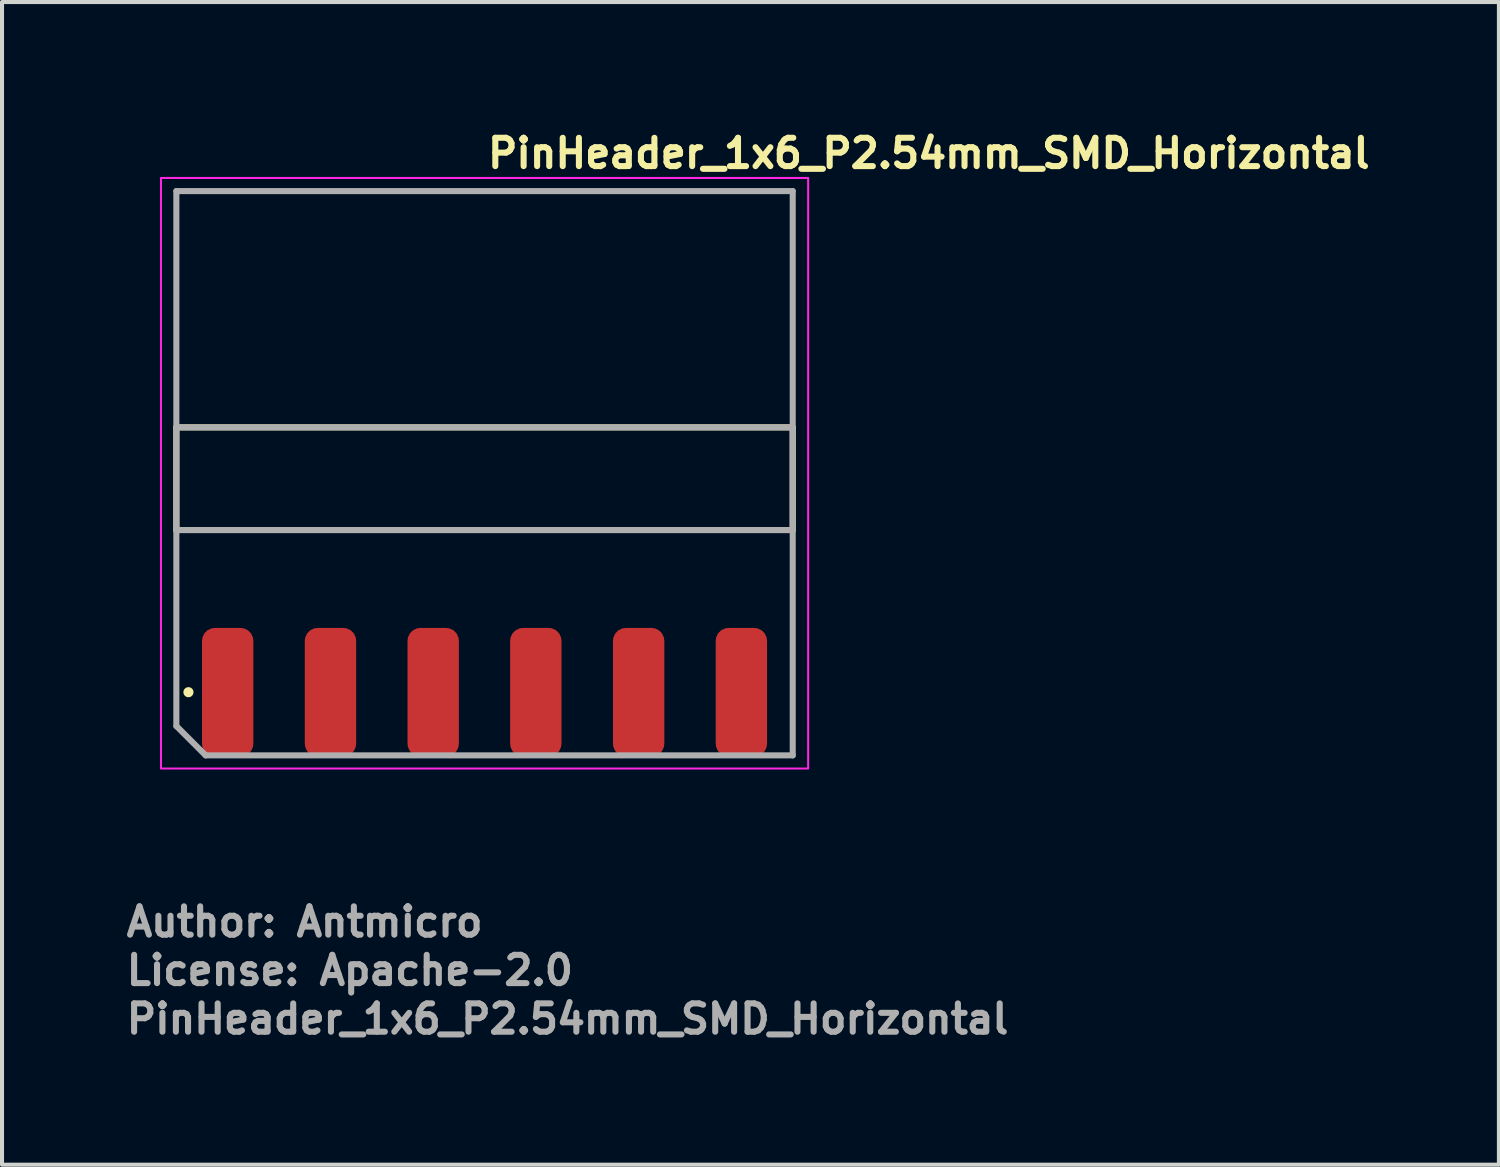
<source format=kicad_pcb>
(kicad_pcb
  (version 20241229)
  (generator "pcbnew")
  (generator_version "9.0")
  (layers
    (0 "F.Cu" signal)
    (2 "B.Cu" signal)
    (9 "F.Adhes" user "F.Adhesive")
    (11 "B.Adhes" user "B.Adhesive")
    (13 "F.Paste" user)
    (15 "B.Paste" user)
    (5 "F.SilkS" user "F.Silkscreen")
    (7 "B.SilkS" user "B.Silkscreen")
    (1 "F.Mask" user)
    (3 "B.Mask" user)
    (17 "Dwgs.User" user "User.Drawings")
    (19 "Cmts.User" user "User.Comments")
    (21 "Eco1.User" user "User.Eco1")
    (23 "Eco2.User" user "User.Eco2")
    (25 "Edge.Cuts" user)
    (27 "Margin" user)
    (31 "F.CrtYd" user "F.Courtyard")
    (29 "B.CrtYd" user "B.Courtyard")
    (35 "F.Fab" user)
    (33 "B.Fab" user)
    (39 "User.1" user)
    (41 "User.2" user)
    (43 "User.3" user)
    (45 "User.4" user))
  (footprint "PinHeader_1x6_P2.54mm_SMD_Horizontal"
    (layer "F.Cu")
    (at 8.93 8.15)
    (property "Reference" "PinHeader_1x6_P2.54mm_SMD_Horizontal" (at 0 -7 0) (layer "F.SilkS") (effects (font (size 0.7 0.7) (thickness 0.15)) (justify left bottom)))
    (attr smd)
    (fp_line (start -7.62 1.904) (end -7.62 -0.635) (stroke (width 0.15) (type solid)) (layer "F.SilkS"))
    (fp_line (start 7.618 -0.635) (end -7.62 -0.635) (stroke (width 0.15) (type solid)) (layer "F.SilkS"))
    (fp_line (start 7.618 -0.635) (end 7.618 1.904) (stroke (width 0.15) (type solid)) (layer "F.SilkS"))
    (fp_line (start 7.618 1.904) (end -7.62 1.904) (stroke (width 0.15) (type solid)) (layer "F.SilkS"))
    (fp_circle (center -7.321 5.913) (end -7.271 5.913) (stroke (width 0.15) (type solid)) (fill yes) (layer "F.SilkS"))
    (fp_rect (start -8 -6.8) (end 8 7.8) (stroke (width 0.05) (type solid)) (fill no) (layer "F.CrtYd"))
    (fp_line (start -7.62 -6.476) (end 7.618 -6.476) (stroke (width 0.15) (type solid)) (layer "F.Fab"))
    (fp_line (start -7.62 -0.635) (end 7.618 -0.635) (stroke (width 0.15) (type solid)) (layer "F.Fab"))
    (fp_line (start -7.62 1.904) (end -7.62 -6.476) (stroke (width 0.15) (type solid)) (layer "F.Fab"))
    (fp_line (start -7.62 1.904) (end -7.62 6.75) (stroke (width 0.15) (type solid)) (layer "F.Fab"))
    (fp_line (start -7.62 6.75) (end -6.895 7.475) (stroke (width 0.15) (type solid)) (layer "F.Fab"))
    (fp_line (start -6.895 7.475) (end 7.618 7.475) (stroke (width 0.15) (type solid)) (layer "F.Fab"))
    (fp_line (start 7.618 -6.476) (end 7.618 1.904) (stroke (width 0.15) (type solid)) (layer "F.Fab"))
    (fp_line (start 7.618 1.904) (end -7.62 1.904) (stroke (width 0.15) (type solid)) (layer "F.Fab"))
    (fp_line (start 7.618 7.475) (end 7.618 1.904) (stroke (width 0.15) (type solid)) (layer "F.Fab"))
    (fp_rect (start -7.62 -6.478) (end 7.618 7.477) (stroke (width 0.1) (type solid)) (fill no) (layer "User.5"))
    (fp_line (start -7.62 -0.635) (end -7.62 1.904) (stroke (width 0.02) (type solid)) (layer "User.9"))
    (fp_line (start -7.62 -0.635) (end -5.462 -0.635) (stroke (width 0.02) (type solid)) (layer "User.9"))
    (fp_line (start -7.62 1.904) (end -5.462 1.904) (stroke (width 0.02) (type solid)) (layer "User.9"))
    (fp_line (start -6.669 -5.97) (end -6.034 -5.97) (stroke (width 0.02) (type solid)) (layer "User.9"))
    (fp_line (start -6.669 -0.635) (end -6.669 -5.97) (stroke (width 0.02) (type solid)) (layer "User.9"))
    (fp_line (start -6.669 2.194) (end -6.669 1.904) (stroke (width 0.02) (type solid)) (layer "User.9"))
    (fp_line (start -6.669 3.092) (end -6.669 2.194) (stroke (width 0.02) (type solid)) (layer "User.9"))
    (fp_line (start -6.669 3.995) (end -6.669 3.092) (stroke (width 0.02) (type solid)) (layer "User.9"))
    (fp_line (start -6.669 3.995) (end -6.669 4.445) (stroke (width 0.02) (type solid)) (layer "User.9"))
    (fp_line (start -6.669 5.967) (end -6.669 4.445) (stroke (width 0.02) (type solid)) (layer "User.9"))
    (fp_line (start -6.669 5.967) (end -6.034 5.967) (stroke (width 0.02) (type solid)) (layer "User.9"))
    (fp_line (start -6.484 -6.478) (end -6.669 -5.97) (stroke (width 0.02) (type solid)) (layer "User.9"))
    (fp_line (start -6.484 6.477) (end -6.669 5.967) (stroke (width 0.02) (type solid)) (layer "User.9"))
    (fp_line (start -6.484 6.477) (end -6.218 6.477) (stroke (width 0.02) (type solid)) (layer "User.9"))
    (fp_line (start -6.218 -6.478) (end -6.484 -6.478) (stroke (width 0.02) (type solid)) (layer "User.9"))
    (fp_line (start -6.218 -6.478) (end -6.034 -5.97) (stroke (width 0.02) (type solid)) (layer "User.9"))
    (fp_line (start -6.218 6.477) (end -6.034 5.967) (stroke (width 0.02) (type solid)) (layer "User.9"))
    (fp_line (start -6.034 -0.635) (end -6.034 -5.97) (stroke (width 0.02) (type solid)) (layer "User.9"))
    (fp_line (start -6.034 2.194) (end -6.034 1.904) (stroke (width 0.02) (type solid)) (layer "User.9"))
    (fp_line (start -6.034 3.092) (end -6.034 2.194) (stroke (width 0.02) (type solid)) (layer "User.9"))
    (fp_line (start -6.034 3.995) (end -6.034 3.092) (stroke (width 0.02) (type solid)) (layer "User.9"))
    (fp_line (start -6.034 3.995) (end -6.034 4.445) (stroke (width 0.02) (type solid)) (layer "User.9"))
    (fp_line (start -6.034 5.967) (end -6.034 4.445) (stroke (width 0.02) (type solid)) (layer "User.9"))
    (fp_line (start -5.462 -0.635) (end -5.462 1.904) (stroke (width 0.02) (type solid)) (layer "User.9"))
    (fp_line (start -5.462 1.777) (end -4.699 1.777) (stroke (width 0.02) (type solid)) (layer "User.9"))
    (fp_line (start -4.699 -0.635) (end -2.922 -0.635) (stroke (width 0.02) (type solid)) (layer "User.9"))
    (fp_line (start -4.699 -0.508) (end -5.462 -0.508) (stroke (width 0.02) (type solid)) (layer "User.9"))
    (fp_line (start -4.699 1.904) (end -4.699 -0.635) (stroke (width 0.02) (type solid)) (layer "User.9"))
    (fp_line (start -4.699 1.904) (end -2.922 1.904) (stroke (width 0.02) (type solid)) (layer "User.9"))
    (fp_line (start -4.129 -5.97) (end -4.129 -0.635) (stroke (width 0.02) (type solid)) (layer "User.9"))
    (fp_line (start -4.129 -5.97) (end -3.493 -5.97) (stroke (width 0.02) (type solid)) (layer "User.9"))
    (fp_line (start -4.129 1.904) (end -4.129 2.194) (stroke (width 0.02) (type solid)) (layer "User.9"))
    (fp_line (start -4.129 2.194) (end -4.129 3.092) (stroke (width 0.02) (type solid)) (layer "User.9"))
    (fp_line (start -4.129 3.092) (end -4.129 3.995) (stroke (width 0.02) (type solid)) (layer "User.9"))
    (fp_line (start -4.129 4.445) (end -4.129 3.995) (stroke (width 0.02) (type solid)) (layer "User.9"))
    (fp_line (start -4.129 4.445) (end -4.129 5.967) (stroke (width 0.02) (type solid)) (layer "User.9"))
    (fp_line (start -4.129 5.967) (end -3.493 5.967) (stroke (width 0.02) (type solid)) (layer "User.9"))
    (fp_line (start -3.943 -6.478) (end -4.129 -5.97) (stroke (width 0.02) (type solid)) (layer "User.9"))
    (fp_line (start -3.943 6.477) (end -4.129 5.967) (stroke (width 0.02) (type solid)) (layer "User.9"))
    (fp_line (start -3.943 6.477) (end -3.678 6.477) (stroke (width 0.02) (type solid)) (layer "User.9"))
    (fp_line (start -3.678 -6.478) (end -3.943 -6.478) (stroke (width 0.02) (type solid)) (layer "User.9"))
    (fp_line (start -3.678 -6.478) (end -3.493 -5.97) (stroke (width 0.02) (type solid)) (layer "User.9"))
    (fp_line (start -3.678 6.477) (end -3.493 5.967) (stroke (width 0.02) (type solid)) (layer "User.9"))
    (fp_line (start -3.493 -0.635) (end -3.493 -5.97) (stroke (width 0.02) (type solid)) (layer "User.9"))
    (fp_line (start -3.493 2.194) (end -3.493 1.904) (stroke (width 0.02) (type solid)) (layer "User.9"))
    (fp_line (start -3.493 3.092) (end -3.493 2.194) (stroke (width 0.02) (type solid)) (layer "User.9"))
    (fp_line (start -3.493 3.995) (end -3.493 3.092) (stroke (width 0.02) (type solid)) (layer "User.9"))
    (fp_line (start -3.493 3.995) (end -3.493 4.445) (stroke (width 0.02) (type solid)) (layer "User.9"))
    (fp_line (start -3.493 5.967) (end -3.493 4.445) (stroke (width 0.02) (type solid)) (layer "User.9"))
    (fp_line (start -2.922 -0.635) (end -2.922 1.904) (stroke (width 0.02) (type solid)) (layer "User.9"))
    (fp_line (start -2.922 1.777) (end -2.16 1.777) (stroke (width 0.02) (type solid)) (layer "User.9"))
    (fp_line (start -2.16 -0.635) (end -0.381 -0.635) (stroke (width 0.02) (type solid)) (layer "User.9"))
    (fp_line (start -2.16 -0.508) (end -2.922 -0.508) (stroke (width 0.02) (type solid)) (layer "User.9"))
    (fp_line (start -2.16 1.904) (end -2.16 -0.635) (stroke (width 0.02) (type solid)) (layer "User.9"))
    (fp_line (start -2.16 1.904) (end -0.381 1.904) (stroke (width 0.02) (type solid)) (layer "User.9"))
    (fp_line (start -1.589 -5.97) (end -1.589 -0.635) (stroke (width 0.02) (type solid)) (layer "User.9"))
    (fp_line (start -1.589 -5.97) (end -0.954 -5.97) (stroke (width 0.02) (type solid)) (layer "User.9"))
    (fp_line (start -1.589 1.904) (end -1.589 2.194) (stroke (width 0.02) (type solid)) (layer "User.9"))
    (fp_line (start -1.589 2.194) (end -1.589 3.092) (stroke (width 0.02) (type solid)) (layer "User.9"))
    (fp_line (start -1.589 3.092) (end -1.589 3.995) (stroke (width 0.02) (type solid)) (layer "User.9"))
    (fp_line (start -1.589 4.445) (end -1.589 3.995) (stroke (width 0.02) (type solid)) (layer "User.9"))
    (fp_line (start -1.589 4.445) (end -1.589 5.967) (stroke (width 0.02) (type solid)) (layer "User.9"))
    (fp_line (start -1.589 5.967) (end -0.954 5.967) (stroke (width 0.02) (type solid)) (layer "User.9"))
    (fp_line (start -1.403 -6.478) (end -1.589 -5.97) (stroke (width 0.02) (type solid)) (layer "User.9"))
    (fp_line (start -1.403 6.477) (end -1.589 5.967) (stroke (width 0.02) (type solid)) (layer "User.9"))
    (fp_line (start -1.403 6.477) (end -1.139 6.477) (stroke (width 0.02) (type solid)) (layer "User.9"))
    (fp_line (start -1.139 -6.478) (end -1.403 -6.478) (stroke (width 0.02) (type solid)) (layer "User.9"))
    (fp_line (start -1.139 -6.478) (end -0.954 -5.97) (stroke (width 0.02) (type solid)) (layer "User.9"))
    (fp_line (start -1.139 6.477) (end -0.954 5.967) (stroke (width 0.02) (type solid)) (layer "User.9"))
    (fp_line (start -0.954 -0.635) (end -0.954 -5.97) (stroke (width 0.02) (type solid)) (layer "User.9"))
    (fp_line (start -0.954 2.194) (end -0.954 1.904) (stroke (width 0.02) (type solid)) (layer "User.9"))
    (fp_line (start -0.954 3.092) (end -0.954 2.194) (stroke (width 0.02) (type solid)) (layer "User.9"))
    (fp_line (start -0.954 3.995) (end -0.954 3.092) (stroke (width 0.02) (type solid)) (layer "User.9"))
    (fp_line (start -0.954 3.995) (end -0.954 4.445) (stroke (width 0.02) (type solid)) (layer "User.9"))
    (fp_line (start -0.954 5.967) (end -0.954 4.445) (stroke (width 0.02) (type solid)) (layer "User.9"))
    (fp_line (start -0.381 -0.635) (end -0.381 1.904) (stroke (width 0.02) (type solid)) (layer "User.9"))
    (fp_line (start -0.381 1.777) (end 0.379 1.777) (stroke (width 0.02) (type solid)) (layer "User.9"))
    (fp_line (start 0.379 -0.635) (end 2.157 -0.635) (stroke (width 0.02) (type solid)) (layer "User.9"))
    (fp_line (start 0.379 -0.508) (end -0.381 -0.508) (stroke (width 0.02) (type solid)) (layer "User.9"))
    (fp_line (start 0.379 1.904) (end 0.379 -0.635) (stroke (width 0.02) (type solid)) (layer "User.9"))
    (fp_line (start 0.379 1.904) (end 2.157 1.904) (stroke (width 0.02) (type solid)) (layer "User.9"))
    (fp_line (start 0.952 -5.97) (end 0.952 -0.635) (stroke (width 0.02) (type solid)) (layer "User.9"))
    (fp_line (start 0.952 -5.97) (end 1.586 -5.97) (stroke (width 0.02) (type solid)) (layer "User.9"))
    (fp_line (start 0.952 1.904) (end 0.952 2.194) (stroke (width 0.02) (type solid)) (layer "User.9"))
    (fp_line (start 0.952 2.194) (end 0.952 3.092) (stroke (width 0.02) (type solid)) (layer "User.9"))
    (fp_line (start 0.952 3.092) (end 0.952 3.995) (stroke (width 0.02) (type solid)) (layer "User.9"))
    (fp_line (start 0.952 4.445) (end 0.952 3.995) (stroke (width 0.02) (type solid)) (layer "User.9"))
    (fp_line (start 0.952 4.445) (end 0.952 5.967) (stroke (width 0.02) (type solid)) (layer "User.9"))
    (fp_line (start 0.952 5.967) (end 1.586 5.967) (stroke (width 0.02) (type solid)) (layer "User.9"))
    (fp_line (start 1.136 -6.478) (end 0.952 -5.97) (stroke (width 0.02) (type solid)) (layer "User.9"))
    (fp_line (start 1.136 6.477) (end 0.952 5.967) (stroke (width 0.02) (type solid)) (layer "User.9"))
    (fp_line (start 1.136 6.477) (end 1.402 6.477) (stroke (width 0.02) (type solid)) (layer "User.9"))
    (fp_line (start 1.402 -6.478) (end 1.136 -6.478) (stroke (width 0.02) (type solid)) (layer "User.9"))
    (fp_line (start 1.402 -6.478) (end 1.586 -5.97) (stroke (width 0.02) (type solid)) (layer "User.9"))
    (fp_line (start 1.402 6.477) (end 1.586 5.967) (stroke (width 0.02) (type solid)) (layer "User.9"))
    (fp_line (start 1.586 -0.635) (end 1.586 -5.97) (stroke (width 0.02) (type solid)) (layer "User.9"))
    (fp_line (start 1.586 2.194) (end 1.586 1.904) (stroke (width 0.02) (type solid)) (layer "User.9"))
    (fp_line (start 1.586 3.092) (end 1.586 2.194) (stroke (width 0.02) (type solid)) (layer "User.9"))
    (fp_line (start 1.586 3.995) (end 1.586 3.092) (stroke (width 0.02) (type solid)) (layer "User.9"))
    (fp_line (start 1.586 3.995) (end 1.586 4.445) (stroke (width 0.02) (type solid)) (layer "User.9"))
    (fp_line (start 1.586 5.967) (end 1.586 4.445) (stroke (width 0.02) (type solid)) (layer "User.9"))
    (fp_line (start 2.157 -0.635) (end 2.157 1.904) (stroke (width 0.02) (type solid)) (layer "User.9"))
    (fp_line (start 2.157 1.777) (end 2.919 1.777) (stroke (width 0.02) (type solid)) (layer "User.9"))
    (fp_line (start 2.919 -0.635) (end 4.698 -0.635) (stroke (width 0.02) (type solid)) (layer "User.9"))
    (fp_line (start 2.919 -0.508) (end 2.157 -0.508) (stroke (width 0.02) (type solid)) (layer "User.9"))
    (fp_line (start 2.919 1.904) (end 2.919 -0.635) (stroke (width 0.02) (type solid)) (layer "User.9"))
    (fp_line (start 2.919 1.904) (end 4.698 1.904) (stroke (width 0.02) (type solid)) (layer "User.9"))
    (fp_line (start 3.491 -5.97) (end 3.491 -0.635) (stroke (width 0.02) (type solid)) (layer "User.9"))
    (fp_line (start 3.491 -5.97) (end 4.126 -5.97) (stroke (width 0.02) (type solid)) (layer "User.9"))
    (fp_line (start 3.491 1.904) (end 3.491 2.194) (stroke (width 0.02) (type solid)) (layer "User.9"))
    (fp_line (start 3.491 2.194) (end 3.491 3.092) (stroke (width 0.02) (type solid)) (layer "User.9"))
    (fp_line (start 3.491 3.092) (end 3.491 3.995) (stroke (width 0.02) (type solid)) (layer "User.9"))
    (fp_line (start 3.491 4.445) (end 3.491 3.995) (stroke (width 0.02) (type solid)) (layer "User.9"))
    (fp_line (start 3.491 4.445) (end 3.491 5.967) (stroke (width 0.02) (type solid)) (layer "User.9"))
    (fp_line (start 3.491 5.967) (end 4.126 5.967) (stroke (width 0.02) (type solid)) (layer "User.9"))
    (fp_line (start 3.676 -6.478) (end 3.491 -5.97) (stroke (width 0.02) (type solid)) (layer "User.9"))
    (fp_line (start 3.676 6.477) (end 3.491 5.967) (stroke (width 0.02) (type solid)) (layer "User.9"))
    (fp_line (start 3.676 6.477) (end 3.942 6.477) (stroke (width 0.02) (type solid)) (layer "User.9"))
    (fp_line (start 3.942 -6.478) (end 3.676 -6.478) (stroke (width 0.02) (type solid)) (layer "User.9"))
    (fp_line (start 3.942 -6.478) (end 4.126 -5.97) (stroke (width 0.02) (type solid)) (layer "User.9"))
    (fp_line (start 3.942 6.477) (end 4.126 5.967) (stroke (width 0.02) (type solid)) (layer "User.9"))
    (fp_line (start 4.126 -0.635) (end 4.126 -5.97) (stroke (width 0.02) (type solid)) (layer "User.9"))
    (fp_line (start 4.126 2.194) (end 4.126 1.904) (stroke (width 0.02) (type solid)) (layer "User.9"))
    (fp_line (start 4.126 3.092) (end 4.126 2.194) (stroke (width 0.02) (type solid)) (layer "User.9"))
    (fp_line (start 4.126 3.995) (end 4.126 3.092) (stroke (width 0.02) (type solid)) (layer "User.9"))
    (fp_line (start 4.126 3.995) (end 4.126 4.445) (stroke (width 0.02) (type solid)) (layer "User.9"))
    (fp_line (start 4.126 5.967) (end 4.126 4.445) (stroke (width 0.02) (type solid)) (layer "User.9"))
    (fp_line (start 4.698 -0.635) (end 4.698 1.904) (stroke (width 0.02) (type solid)) (layer "User.9"))
    (fp_line (start 4.698 1.777) (end 5.461 1.777) (stroke (width 0.02) (type solid)) (layer "User.9"))
    (fp_line (start 5.461 -0.635) (end 7.618 -0.635) (stroke (width 0.02) (type solid)) (layer "User.9"))
    (fp_line (start 5.461 -0.508) (end 4.698 -0.508) (stroke (width 0.02) (type solid)) (layer "User.9"))
    (fp_line (start 5.461 1.904) (end 5.461 -0.635) (stroke (width 0.02) (type solid)) (layer "User.9"))
    (fp_line (start 5.461 1.904) (end 7.618 1.904) (stroke (width 0.02) (type solid)) (layer "User.9"))
    (fp_line (start 6.031 -5.97) (end 6.031 -0.635) (stroke (width 0.02) (type solid)) (layer "User.9"))
    (fp_line (start 6.031 -5.97) (end 6.666 -5.97) (stroke (width 0.02) (type solid)) (layer "User.9"))
    (fp_line (start 6.031 1.904) (end 6.031 2.194) (stroke (width 0.02) (type solid)) (layer "User.9"))
    (fp_line (start 6.031 2.194) (end 6.031 3.092) (stroke (width 0.02) (type solid)) (layer "User.9"))
    (fp_line (start 6.031 3.092) (end 6.031 3.995) (stroke (width 0.02) (type solid)) (layer "User.9"))
    (fp_line (start 6.031 4.445) (end 6.031 3.995) (stroke (width 0.02) (type solid)) (layer "User.9"))
    (fp_line (start 6.031 4.445) (end 6.031 5.967) (stroke (width 0.02) (type solid)) (layer "User.9"))
    (fp_line (start 6.031 5.967) (end 6.666 5.967) (stroke (width 0.02) (type solid)) (layer "User.9"))
    (fp_line (start 6.217 -6.478) (end 6.031 -5.97) (stroke (width 0.02) (type solid)) (layer "User.9"))
    (fp_line (start 6.217 6.477) (end 6.031 5.967) (stroke (width 0.02) (type solid)) (layer "User.9"))
    (fp_line (start 6.217 6.477) (end 6.482 6.477) (stroke (width 0.02) (type solid)) (layer "User.9"))
    (fp_line (start 6.482 -6.478) (end 6.217 -6.478) (stroke (width 0.02) (type solid)) (layer "User.9"))
    (fp_line (start 6.482 -6.478) (end 6.666 -5.97) (stroke (width 0.02) (type solid)) (layer "User.9"))
    (fp_line (start 6.482 6.477) (end 6.666 5.967) (stroke (width 0.02) (type solid)) (layer "User.9"))
    (fp_line (start 6.666 -0.635) (end 6.666 -5.97) (stroke (width 0.02) (type solid)) (layer "User.9"))
    (fp_line (start 6.666 2.194) (end 6.666 1.904) (stroke (width 0.02) (type solid)) (layer "User.9"))
    (fp_line (start 6.666 3.092) (end 6.666 2.194) (stroke (width 0.02) (type solid)) (layer "User.9"))
    (fp_line (start 6.666 3.995) (end 6.666 3.092) (stroke (width 0.02) (type solid)) (layer "User.9"))
    (fp_line (start 6.666 3.995) (end 6.666 4.445) (stroke (width 0.02) (type solid)) (layer "User.9"))
    (fp_line (start 6.666 5.967) (end 6.666 4.445) (stroke (width 0.02) (type solid)) (layer "User.9"))
    (fp_line (start 7.618 -0.635) (end 7.618 1.904) (stroke (width 0.02) (type solid)) (layer "User.9"))
    (fp_text user "License: Apache-2.0" (at -8.93 13.199 0) (layer "F.Fab") (effects (font (size 0.7 0.7) (thickness 0.15)) (justify left bottom)))
    (fp_text user "${REFERENCE}" (at -8.93 14.4 0) (layer "F.Fab") (effects (font (size 0.7 0.7) (thickness 0.15)) (justify left bottom)))
    (fp_text user "Author: Antmicro" (at -8.93 12 0) (layer "F.Fab") (effects (font (size 0.7 0.7) (thickness 0.15)) (justify left bottom)))
    (pad "1" smd roundrect (at -6.351 5.914) (size 1.27 3.18) (layers "F.Cu" "F.Mask" "F.Paste") (roundrect_rratio 0.25))
    (pad "2" smd roundrect (at -3.81 5.914) (size 1.27 3.18) (layers "F.Cu" "F.Mask" "F.Paste") (roundrect_rratio 0.25))
    (pad "3" smd roundrect (at -1.27 5.914) (size 1.27 3.18) (layers "F.Cu" "F.Mask" "F.Paste") (roundrect_rratio 0.25))
    (pad "4" smd roundrect (at 1.267 5.914) (size 1.27 3.18) (layers "F.Cu" "F.Mask" "F.Paste") (roundrect_rratio 0.25))
    (pad "5" smd roundrect (at 3.809 5.914) (size 1.27 3.18) (layers "F.Cu" "F.Mask" "F.Paste") (roundrect_rratio 0.25))
    (pad "6" smd roundrect (at 6.349 5.914) (size 1.27 3.18) (layers "F.Cu" "F.Mask" "F.Paste") (roundrect_rratio 0.25)))
  (gr_rect
    (start -3 -3)
    (end 34.007 25.745)
    (stroke (width 0.1) (type default))
    (fill no)
    (layer "Edge.Cuts")))
</source>
